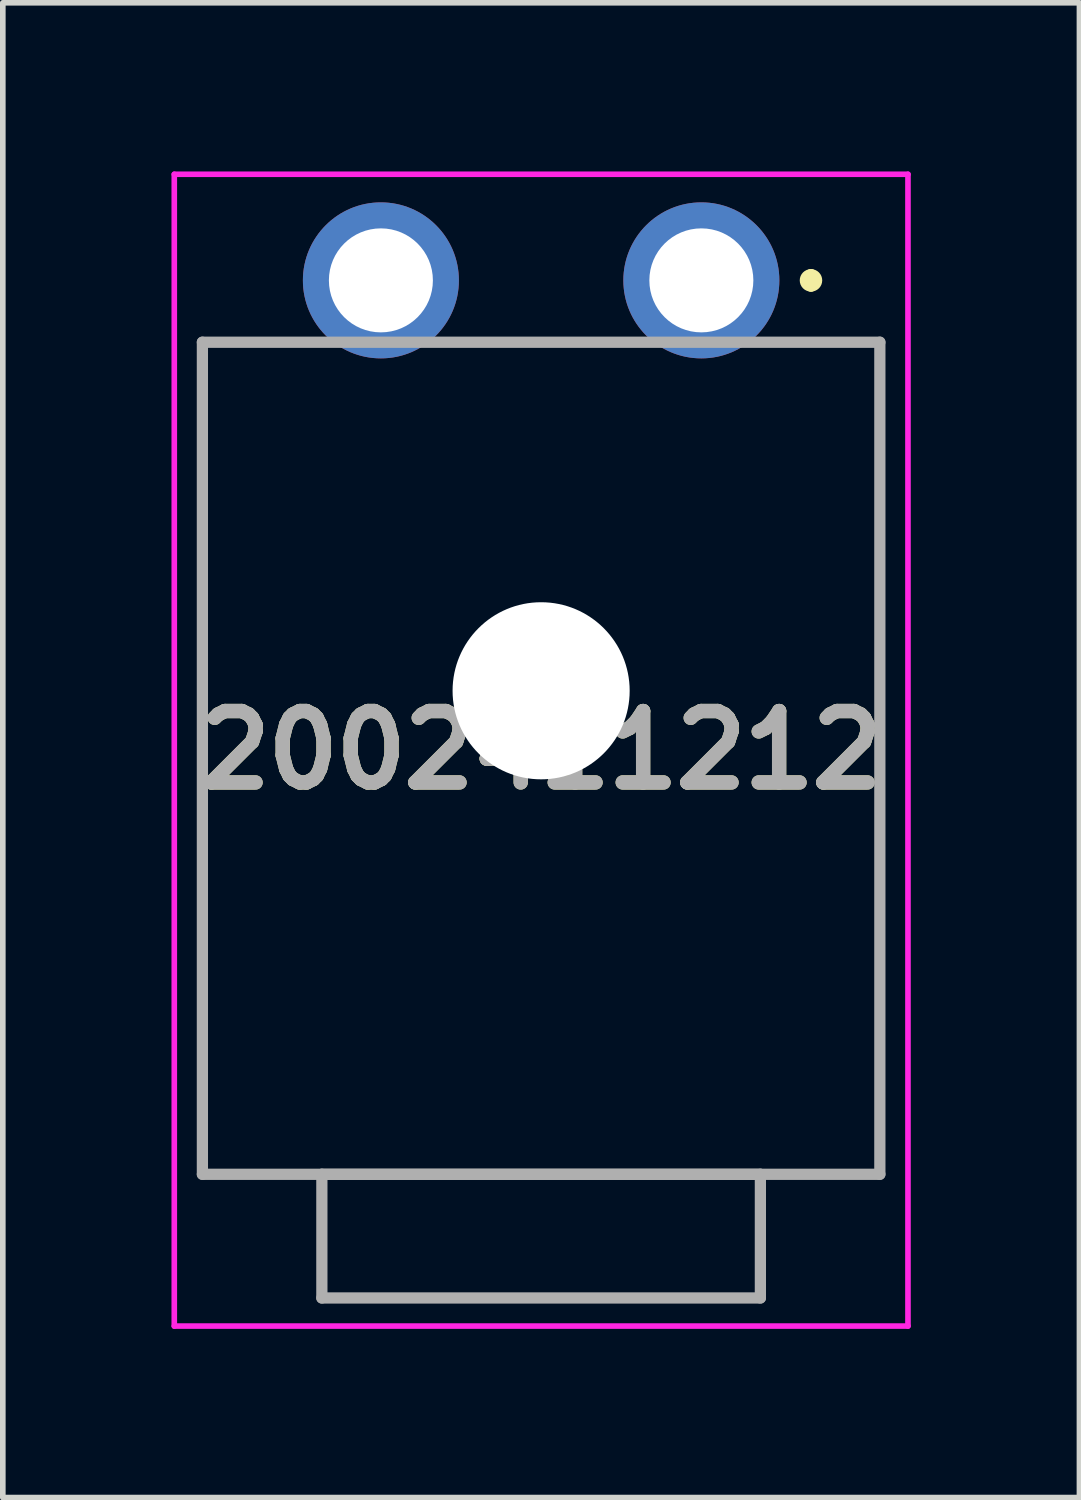
<source format=kicad_pcb>
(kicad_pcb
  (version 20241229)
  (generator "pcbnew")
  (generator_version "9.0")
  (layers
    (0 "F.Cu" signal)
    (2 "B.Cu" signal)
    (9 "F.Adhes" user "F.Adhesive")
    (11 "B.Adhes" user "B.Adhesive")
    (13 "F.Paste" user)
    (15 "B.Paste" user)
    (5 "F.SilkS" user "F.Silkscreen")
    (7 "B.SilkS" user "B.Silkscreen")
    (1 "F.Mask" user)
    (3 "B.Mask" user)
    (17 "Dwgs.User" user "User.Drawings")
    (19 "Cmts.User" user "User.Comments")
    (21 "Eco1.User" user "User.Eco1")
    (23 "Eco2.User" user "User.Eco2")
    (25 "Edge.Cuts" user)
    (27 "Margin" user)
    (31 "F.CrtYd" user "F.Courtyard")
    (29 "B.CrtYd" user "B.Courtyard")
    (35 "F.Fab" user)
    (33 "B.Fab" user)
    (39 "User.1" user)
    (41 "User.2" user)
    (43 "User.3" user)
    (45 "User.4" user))
  (footprint "2002411212"
    (layer "F.Cu")
    (at 9.425 1.937)
    (property "Reference" "2002411212" (at -2.85 8.356 0) (layer "F.SilkS") (effects (font (size 1.27 1.27) (thickness 0.254))))
    (attr through_hole)
    (fp_line (start -8.875 1.1) (end -8.875 15.9) (stroke (width 0.1) (type solid)) (layer "F.SilkS"))
    (fp_line (start -8.875 15.9) (end 3.175 15.9) (stroke (width 0.1) (type solid)) (layer "F.SilkS"))
    (fp_line (start -7.85 1.1) (end -8.875 1.1) (stroke (width 0.1) (type solid)) (layer "F.SilkS"))
    (fp_line (start -3.85 1.1) (end -1.85 1.1) (stroke (width 0.1) (type solid)) (layer "F.SilkS"))
    (fp_line (start 1.95 -0.1) (end 1.95 -0.1) (stroke (width 0.2) (type solid)) (layer "F.SilkS"))
    (fp_line (start 1.95 0.1) (end 1.95 0.1) (stroke (width 0.2) (type solid)) (layer "F.SilkS"))
    (fp_line (start 3.175 1.1) (end 2.15 1.1) (stroke (width 0.1) (type solid)) (layer "F.SilkS"))
    (fp_line (start 3.175 15.9) (end 3.175 1.1) (stroke (width 0.1) (type solid)) (layer "F.SilkS"))
    (fp_arc (start 1.95 -0.1) (mid 2.05 0) (end 1.95 0.1) (stroke (width 0.2) (type solid)) (layer "F.SilkS"))
    (fp_arc (start 1.95 0.1) (mid 1.85 0) (end 1.95 -0.1) (stroke (width 0.2) (type solid)) (layer "F.SilkS"))
    (fp_line (start -9.375 -1.887) (end 3.675 -1.887) (stroke (width 0.1) (type solid)) (layer "F.CrtYd"))
    (fp_line (start -9.375 18.6) (end -9.375 -1.887) (stroke (width 0.1) (type solid)) (layer "F.CrtYd"))
    (fp_line (start 3.675 -1.887) (end 3.675 18.6) (stroke (width 0.1) (type solid)) (layer "F.CrtYd"))
    (fp_line (start 3.675 18.6) (end -9.375 18.6) (stroke (width 0.1) (type solid)) (layer "F.CrtYd"))
    (fp_line (start -8.875 1.1) (end 3.175 1.1) (stroke (width 0.2) (type solid)) (layer "F.Fab"))
    (fp_line (start -8.875 15.9) (end -8.875 1.1) (stroke (width 0.2) (type solid)) (layer "F.Fab"))
    (fp_line (start -6.75 15.9) (end 1.05 15.9) (stroke (width 0.2) (type solid)) (layer "F.Fab"))
    (fp_line (start -6.75 18.1) (end -6.75 15.9) (stroke (width 0.2) (type solid)) (layer "F.Fab"))
    (fp_line (start 1.05 15.9) (end 1.05 18.1) (stroke (width 0.2) (type solid)) (layer "F.Fab"))
    (fp_line (start 1.05 18.1) (end -6.75 18.1) (stroke (width 0.2) (type solid)) (layer "F.Fab"))
    (fp_line (start 3.175 1.1) (end 3.175 15.9) (stroke (width 0.2) (type solid)) (layer "F.Fab"))
    (fp_line (start 3.175 15.9) (end -8.875 15.9) (stroke (width 0.2) (type solid)) (layer "F.Fab"))
    (fp_text user "${REFERENCE}" (at -2.85 8.356 0) (layer "F.Fab") (effects (font (size 1.27 1.27) (thickness 0.254))))
    (pad "" np_thru_hole circle (at -2.85 7.3) (size 3.15 3.15) (drill 3.15) (layers "*.Cu" "*.Mask"))
    (pad "1" thru_hole circle (at 0 0) (size 2.775 2.775) (drill 1.85) (layers "*.Cu" "*.Mask"))
    (pad "2" thru_hole circle (at -5.7 0) (size 2.775 2.775) (drill 1.85) (layers "*.Cu" "*.Mask")))
  (gr_rect
    (start -3 -3)
    (end 16.15 23.587)
    (stroke (width 0.1) (type default))
    (fill no)
    (layer "Edge.Cuts")))
</source>
